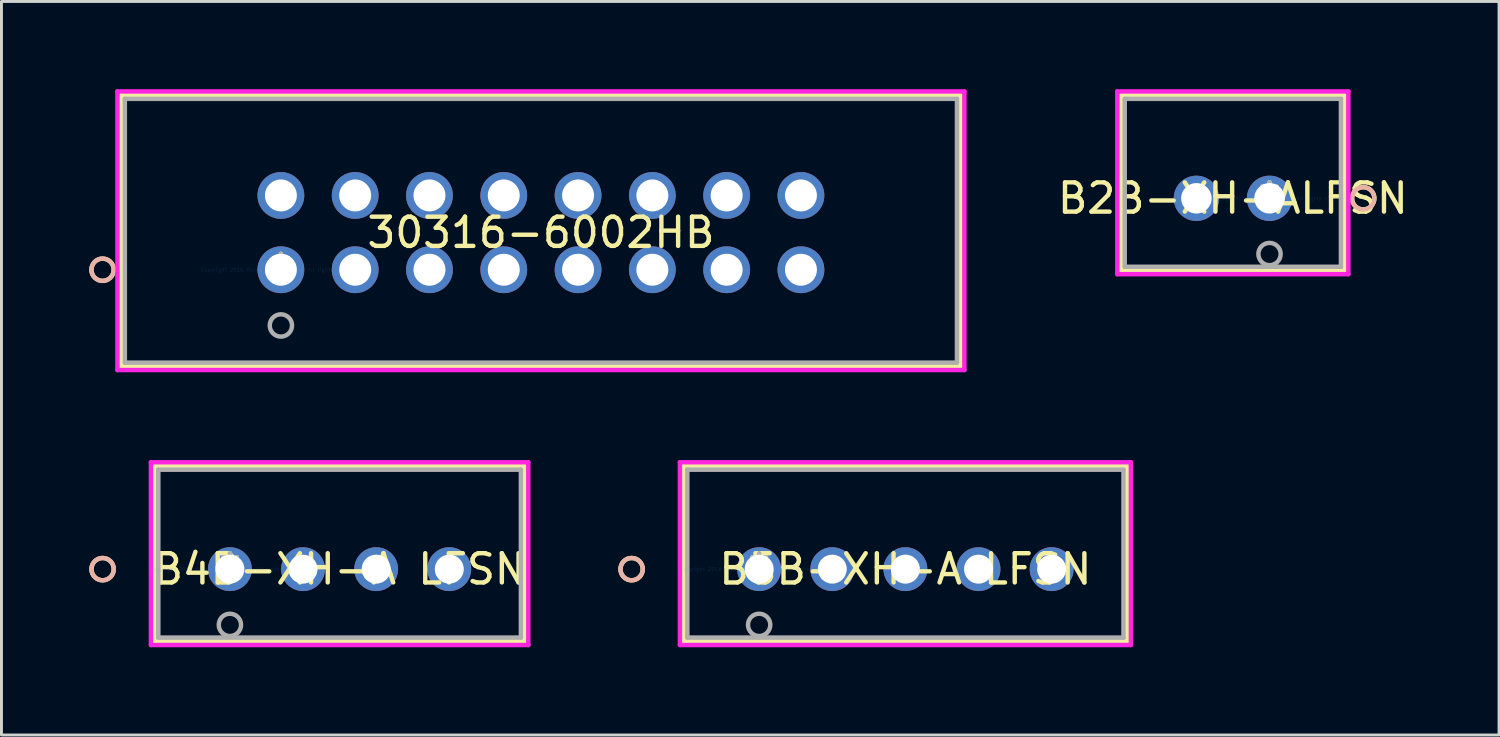
<source format=kicad_pcb>
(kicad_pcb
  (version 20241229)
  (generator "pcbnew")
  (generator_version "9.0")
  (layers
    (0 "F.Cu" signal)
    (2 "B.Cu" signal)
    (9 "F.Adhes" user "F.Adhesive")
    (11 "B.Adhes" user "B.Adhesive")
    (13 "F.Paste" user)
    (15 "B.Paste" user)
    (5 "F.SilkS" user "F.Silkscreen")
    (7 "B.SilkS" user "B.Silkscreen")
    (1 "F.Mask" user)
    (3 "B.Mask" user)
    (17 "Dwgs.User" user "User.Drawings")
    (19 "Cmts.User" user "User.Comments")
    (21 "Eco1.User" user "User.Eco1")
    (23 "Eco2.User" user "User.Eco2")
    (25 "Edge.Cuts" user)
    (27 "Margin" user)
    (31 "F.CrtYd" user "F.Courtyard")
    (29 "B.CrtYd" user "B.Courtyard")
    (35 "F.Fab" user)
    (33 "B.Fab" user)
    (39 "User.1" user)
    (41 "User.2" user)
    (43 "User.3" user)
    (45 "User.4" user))
  (footprint "B5B-XH-A LFSN"
    (layer "F.Cu")
    (at 22.904 16.408)
    (property "Reference" "B5B-XH-A LFSN" (at 5 0 0) (layer "F.SilkS") (effects (font (size 1 1) (thickness 0.15))))
    (attr through_hole)
    (fp_line (start -2.582 -3.527) (end -2.582 2.467) (stroke (width 0.152) (type solid)) (layer "F.SilkS"))
    (fp_line (start -2.582 2.467) (end 12.582 2.467) (stroke (width 0.152) (type solid)) (layer "F.SilkS"))
    (fp_line (start 12.582 -3.527) (end -2.582 -3.527) (stroke (width 0.152) (type solid)) (layer "F.SilkS"))
    (fp_line (start 12.582 2.467) (end 12.582 -3.527) (stroke (width 0.152) (type solid)) (layer "F.SilkS"))
    (fp_circle (center -4.36 0) (end -3.979 0) (stroke (width 0.152) (type solid)) (fill no) (layer "F.SilkS"))
    (fp_circle (center -4.36 0) (end -3.979 0) (stroke (width 0.152) (type solid)) (fill no) (layer "B.SilkS"))
    (fp_line (start -2.709 -3.654) (end -2.709 2.594) (stroke (width 0.152) (type solid)) (layer "F.CrtYd"))
    (fp_line (start -2.709 2.594) (end 12.709 2.594) (stroke (width 0.152) (type solid)) (layer "F.CrtYd"))
    (fp_line (start 12.709 -3.654) (end -2.709 -3.654) (stroke (width 0.152) (type solid)) (layer "F.CrtYd"))
    (fp_line (start 12.709 2.594) (end 12.709 -3.654) (stroke (width 0.152) (type solid)) (layer "F.CrtYd"))
    (fp_line (start -2.455 -3.4) (end -2.455 2.34) (stroke (width 0.152) (type solid)) (layer "F.Fab"))
    (fp_line (start -2.455 2.34) (end 12.455 2.34) (stroke (width 0.152) (type solid)) (layer "F.Fab"))
    (fp_line (start 12.455 -3.4) (end -2.455 -3.4) (stroke (width 0.152) (type solid)) (layer "F.Fab"))
    (fp_line (start 12.455 2.34) (end 12.455 -3.4) (stroke (width 0.152) (type solid)) (layer "F.Fab"))
    (fp_circle (center 0 1.905) (end 0.381 1.905) (stroke (width 0.152) (type solid)) (fill no) (layer "F.Fab"))
    (fp_text user "*" (at 0 0 0) (layer "F.SilkS") (effects (font (size 1 1) (thickness 0.15))))
    (fp_text user "Copyright 2016 Accelerated Designs. All rights reserved." (at 0 0 0) (layer "Cmts.User") (effects (font (size 0.127 0.127) (thickness 0.002))))
    (fp_text user "*" (at 0 0 0) (layer "F.Fab") (effects (font (size 1 1) (thickness 0.15))))
    (pad "1" thru_hole circle (at 0 0) (size 1.499 1.499) (drill 0.991) (layers "*.Cu" "*.Mask"))
    (pad "2" thru_hole circle (at 2.5 0) (size 1.499 1.499) (drill 0.991) (layers "*.Cu" "*.Mask"))
    (pad "3" thru_hole circle (at 5 0) (size 1.499 1.499) (drill 0.991) (layers "*.Cu" "*.Mask"))
    (pad "4" thru_hole circle (at 7.5 0) (size 1.499 1.499) (drill 0.991) (layers "*.Cu" "*.Mask"))
    (pad "5" thru_hole circle (at 10 0) (size 1.499 1.499) (drill 0.991) (layers "*.Cu" "*.Mask")))
  (footprint "B2B-XH-ALFSN"
    (layer "F.Cu")
    (at 40.353 3.73)
    (property "Reference" "B2B-XH-ALFSN" (at -1.254 0 0) (layer "F.SilkS") (effects (font (size 1 1) (thickness 0.15))))
    (attr through_hole)
    (fp_line (start -5.077 -3.527) (end -5.077 2.467) (stroke (width 0.152) (type solid)) (layer "F.SilkS"))
    (fp_line (start -5.077 2.467) (end 2.568 2.467) (stroke (width 0.152) (type solid)) (layer "F.SilkS"))
    (fp_line (start 2.568 -3.527) (end -5.077 -3.527) (stroke (width 0.152) (type solid)) (layer "F.SilkS"))
    (fp_line (start 2.568 2.467) (end 2.568 -3.527) (stroke (width 0.152) (type solid)) (layer "F.SilkS"))
    (fp_circle (center 3.203 0) (end 3.584 0) (stroke (width 0.152) (type solid)) (fill no) (layer "F.SilkS"))
    (fp_circle (center 3.203 0) (end 3.584 0) (stroke (width 0.152) (type solid)) (fill no) (layer "B.SilkS"))
    (fp_line (start -5.204 -3.654) (end -5.204 2.594) (stroke (width 0.152) (type solid)) (layer "F.CrtYd"))
    (fp_line (start -5.204 2.594) (end 2.695 2.594) (stroke (width 0.152) (type solid)) (layer "F.CrtYd"))
    (fp_line (start 2.695 -3.654) (end -5.204 -3.654) (stroke (width 0.152) (type solid)) (layer "F.CrtYd"))
    (fp_line (start 2.695 2.594) (end 2.695 -3.654) (stroke (width 0.152) (type solid)) (layer "F.CrtYd"))
    (fp_line (start -4.95 -3.4) (end -4.95 2.34) (stroke (width 0.152) (type solid)) (layer "F.Fab"))
    (fp_line (start -4.95 2.34) (end 2.441 2.34) (stroke (width 0.152) (type solid)) (layer "F.Fab"))
    (fp_line (start 2.441 -3.4) (end -4.95 -3.4) (stroke (width 0.152) (type solid)) (layer "F.Fab"))
    (fp_line (start 2.441 2.34) (end 2.441 -3.4) (stroke (width 0.152) (type solid)) (layer "F.Fab"))
    (fp_circle (center 0 1.905) (end 0.381 1.905) (stroke (width 0.152) (type solid)) (fill no) (layer "F.Fab"))
    (fp_text user "*" (at 0 0 0) (layer "F.SilkS") (effects (font (size 1 1) (thickness 0.15))))
    (fp_text user "Copyright 2016 Accelerated Designs. All rights reserved." (at 0 0 0) (layer "Cmts.User") (effects (font (size 0.127 0.127) (thickness 0.002))))
    (fp_text user "*" (at 0 0 0) (layer "F.Fab") (effects (font (size 1 1) (thickness 0.15))))
    (pad "1" thru_hole circle (at 0 0) (size 1.549 1.549) (drill 1.041) (layers "*.Cu" "*.Mask"))
    (pad "2" thru_hole circle (at -2.5 0) (size 1.549 1.549) (drill 1.041) (layers "*.Cu" "*.Mask")))
  (footprint "B4B-XH-A LFSN"
    (layer "F.Cu")
    (at 4.81 16.408)
    (property "Reference" "B4B-XH-A LFSN" (at 3.75 0 0) (layer "F.SilkS") (effects (font (size 1 1) (thickness 0.15))))
    (attr through_hole)
    (fp_line (start -2.574 -3.527) (end -2.574 2.467) (stroke (width 0.152) (type solid)) (layer "F.SilkS"))
    (fp_line (start -2.574 2.467) (end 10.075 2.467) (stroke (width 0.152) (type solid)) (layer "F.SilkS"))
    (fp_line (start 10.075 -3.527) (end -2.574 -3.527) (stroke (width 0.152) (type solid)) (layer "F.SilkS"))
    (fp_line (start 10.075 2.467) (end 10.075 -3.527) (stroke (width 0.152) (type solid)) (layer "F.SilkS"))
    (fp_circle (center -4.352 0) (end -3.971 0) (stroke (width 0.152) (type solid)) (fill no) (layer "F.SilkS"))
    (fp_circle (center -4.352 0) (end -3.971 0) (stroke (width 0.152) (type solid)) (fill no) (layer "B.SilkS"))
    (fp_line (start -2.701 -3.654) (end -2.701 2.594) (stroke (width 0.152) (type solid)) (layer "F.CrtYd"))
    (fp_line (start -2.701 2.594) (end 10.202 2.594) (stroke (width 0.152) (type solid)) (layer "F.CrtYd"))
    (fp_line (start 10.202 -3.654) (end -2.701 -3.654) (stroke (width 0.152) (type solid)) (layer "F.CrtYd"))
    (fp_line (start 10.202 2.594) (end 10.202 -3.654) (stroke (width 0.152) (type solid)) (layer "F.CrtYd"))
    (fp_line (start -2.447 -3.4) (end -2.447 2.34) (stroke (width 0.152) (type solid)) (layer "F.Fab"))
    (fp_line (start -2.447 2.34) (end 9.948 2.34) (stroke (width 0.152) (type solid)) (layer "F.Fab"))
    (fp_line (start 9.948 -3.4) (end -2.447 -3.4) (stroke (width 0.152) (type solid)) (layer "F.Fab"))
    (fp_line (start 9.948 2.34) (end 9.948 -3.4) (stroke (width 0.152) (type solid)) (layer "F.Fab"))
    (fp_circle (center 0 1.905) (end 0.381 1.905) (stroke (width 0.152) (type solid)) (fill no) (layer "F.Fab"))
    (fp_text user "*" (at 0 0 0) (layer "F.SilkS") (effects (font (size 1 1) (thickness 0.15))))
    (fp_text user "Copyright 2016 Accelerated Designs. All rights reserved." (at 0 0 0) (layer "Cmts.User") (effects (font (size 0.127 0.127) (thickness 0.002))))
    (fp_text user "*" (at 0 0 0) (layer "F.Fab") (effects (font (size 1 1) (thickness 0.15))))
    (pad "1" thru_hole circle (at 0 0) (size 1.499 1.499) (drill 0.991) (layers "*.Cu" "*.Mask"))
    (pad "2" thru_hole circle (at 2.5 0) (size 1.499 1.499) (drill 0.991) (layers "*.Cu" "*.Mask"))
    (pad "3" thru_hole circle (at 5 0) (size 1.499 1.499) (drill 0.991) (layers "*.Cu" "*.Mask"))
    (pad "4" thru_hole circle (at 7.5 0) (size 1.499 1.499) (drill 0.991) (layers "*.Cu" "*.Mask")))
  (footprint "30316-6002HB"
    (layer "F.Cu")
    (at 6.553 6.172)
    (property "Reference" "30316-6002HB" (at 8.89 -1.27 0) (layer "F.SilkS") (effects (font (size 1 1) (thickness 0.15))))
    (attr through_hole)
    (fp_line (start -5.461 -5.969) (end -5.461 3.302) (stroke (width 0.152) (type solid)) (layer "F.SilkS"))
    (fp_line (start -5.461 3.302) (end 23.241 3.302) (stroke (width 0.152) (type solid)) (layer "F.SilkS"))
    (fp_line (start 23.241 -5.969) (end -5.461 -5.969) (stroke (width 0.152) (type solid)) (layer "F.SilkS"))
    (fp_line (start 23.241 3.302) (end 23.241 -5.969) (stroke (width 0.152) (type solid)) (layer "F.SilkS"))
    (fp_circle (center -6.096 0) (end -5.715 0) (stroke (width 0.152) (type solid)) (fill no) (layer "F.SilkS"))
    (fp_circle (center -6.096 0) (end -5.715 0) (stroke (width 0.152) (type solid)) (fill no) (layer "B.SilkS"))
    (fp_line (start -5.588 -6.096) (end -5.588 3.429) (stroke (width 0.152) (type solid)) (layer "F.CrtYd"))
    (fp_line (start -5.588 3.429) (end 23.368 3.429) (stroke (width 0.152) (type solid)) (layer "F.CrtYd"))
    (fp_line (start 23.368 -6.096) (end -5.588 -6.096) (stroke (width 0.152) (type solid)) (layer "F.CrtYd"))
    (fp_line (start 23.368 3.429) (end 23.368 -6.096) (stroke (width 0.152) (type solid)) (layer "F.CrtYd"))
    (fp_line (start -5.334 -5.842) (end -5.334 3.175) (stroke (width 0.152) (type solid)) (layer "F.Fab"))
    (fp_line (start -5.334 3.175) (end 23.114 3.175) (stroke (width 0.152) (type solid)) (layer "F.Fab"))
    (fp_line (start 23.114 -5.842) (end -5.334 -5.842) (stroke (width 0.152) (type solid)) (layer "F.Fab"))
    (fp_line (start 23.114 3.175) (end 23.114 -5.842) (stroke (width 0.152) (type solid)) (layer "F.Fab"))
    (fp_circle (center 0 1.905) (end 0.381 1.905) (stroke (width 0.152) (type solid)) (fill no) (layer "F.Fab"))
    (fp_text user "*" (at 0 0 0) (layer "F.SilkS") (effects (font (size 1 1) (thickness 0.15))))
    (fp_text user "Copyright 2016 Accelerated Designs. All rights reserved." (at 0 0 0) (layer "Cmts.User") (effects (font (size 0.127 0.127) (thickness 0.002))))
    (fp_text user "*" (at 0 0 0) (layer "F.Fab") (effects (font (size 1 1) (thickness 0.15))))
    (pad "1" thru_hole circle (at 0 0) (size 1.6 1.6) (drill 1.092) (layers "*.Cu" "*.Mask"))
    (pad "2" thru_hole circle (at 0 -2.54) (size 1.6 1.6) (drill 1.092) (layers "*.Cu" "*.Mask"))
    (pad "3" thru_hole circle (at 2.54 0) (size 1.6 1.6) (drill 1.092) (layers "*.Cu" "*.Mask"))
    (pad "4" thru_hole circle (at 2.54 -2.54) (size 1.6 1.6) (drill 1.092) (layers "*.Cu" "*.Mask"))
    (pad "5" thru_hole circle (at 5.08 0) (size 1.6 1.6) (drill 1.092) (layers "*.Cu" "*.Mask"))
    (pad "6" thru_hole circle (at 5.08 -2.54) (size 1.6 1.6) (drill 1.092) (layers "*.Cu" "*.Mask"))
    (pad "7" thru_hole circle (at 7.62 0) (size 1.6 1.6) (drill 1.092) (layers "*.Cu" "*.Mask"))
    (pad "8" thru_hole circle (at 7.62 -2.54) (size 1.6 1.6) (drill 1.092) (layers "*.Cu" "*.Mask"))
    (pad "9" thru_hole circle (at 10.16 0) (size 1.6 1.6) (drill 1.092) (layers "*.Cu" "*.Mask"))
    (pad "10" thru_hole circle (at 10.16 -2.54) (size 1.6 1.6) (drill 1.092) (layers "*.Cu" "*.Mask"))
    (pad "11" thru_hole circle (at 12.7 0) (size 1.6 1.6) (drill 1.092) (layers "*.Cu" "*.Mask"))
    (pad "12" thru_hole circle (at 12.7 -2.54) (size 1.6 1.6) (drill 1.092) (layers "*.Cu" "*.Mask"))
    (pad "13" thru_hole circle (at 15.24 0) (size 1.6 1.6) (drill 1.092) (layers "*.Cu" "*.Mask"))
    (pad "14" thru_hole circle (at 15.24 -2.54) (size 1.6 1.6) (drill 1.092) (layers "*.Cu" "*.Mask"))
    (pad "15" thru_hole circle (at 17.78 0) (size 1.6 1.6) (drill 1.092) (layers "*.Cu" "*.Mask"))
    (pad "16" thru_hole circle (at 17.78 -2.54) (size 1.6 1.6) (drill 1.092) (layers "*.Cu" "*.Mask")))
  (gr_rect
    (start -3 -3)
    (end 48.2 22.078)
    (stroke (width 0.1) (type default))
    (fill no)
    (layer "Edge.Cuts")))
</source>
